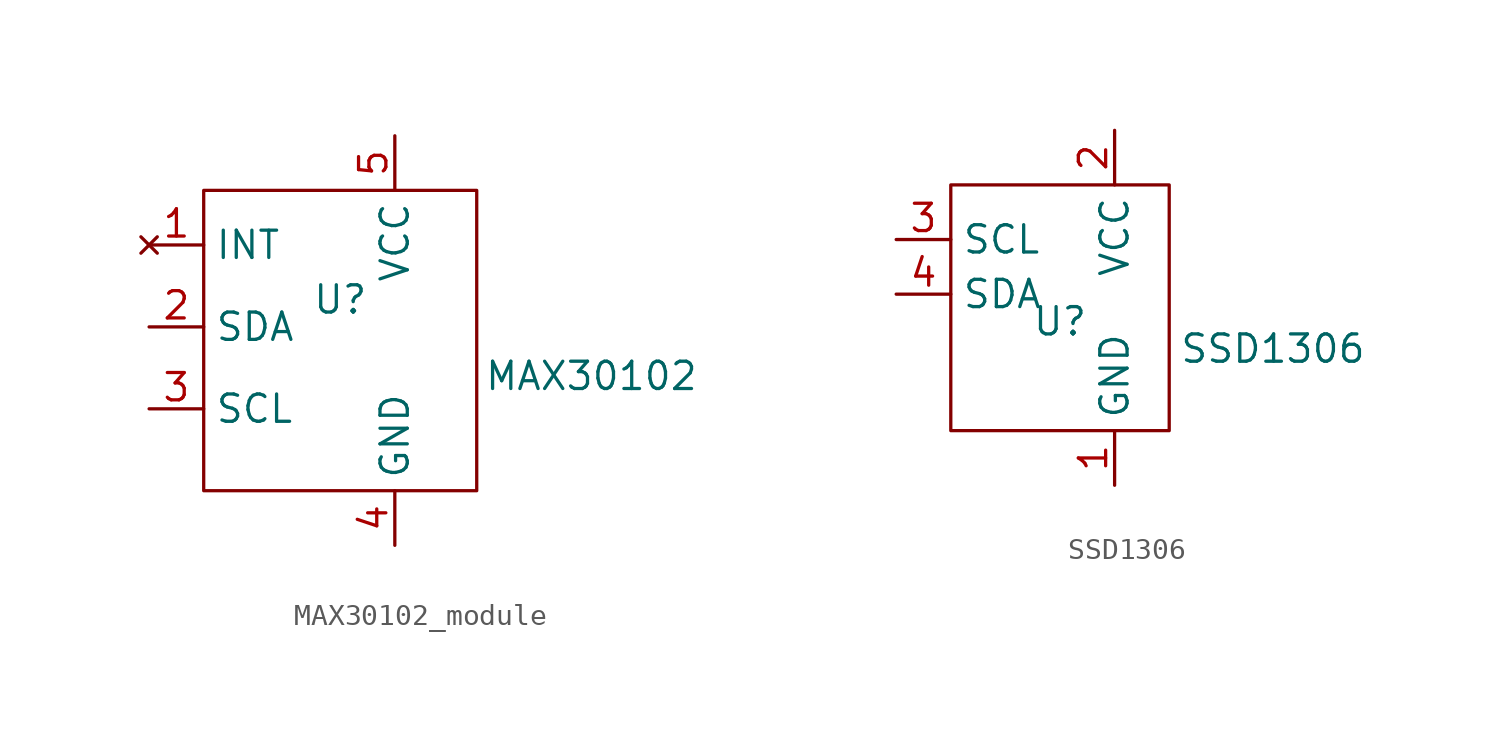
<source format=kicad_sym>
(kicad_symbol_lib
  (version 20241209)
  (generator "kicad_symbol_editor")
  (generator_version "9.0")
  (symbol "MAX30102_module"
    (property "Reference" "U"
      (at 0 0 0)
      (effects (font (size 1.27 1.27))))
    (property "Value" "MAX30102"
      (at 11.684 -3.556 0)
      (effects (font (size 1.27 1.27))))
    (symbol "MAX30102_module_0_1"
      (rectangle (start -6.35 5.08) (end 6.35 -8.89) (stroke (width 0) (type default)) (fill (type none))))
    (symbol "MAX30102_module_1_1"
      (pin no_connect line (at -8.89 2.54 0) (length 2.54) (name "INT" (effects (font (size 1.27 1.27)))) (number "1" (effects (font (size 1.27 1.27)))))
      (pin bidirectional line (at -8.89 -1.27 0) (length 2.54) (name "SDA" (effects (font (size 1.27 1.27)))) (number "2" (effects (font (size 1.27 1.27)))))
      (pin input line (at -8.89 -5.08 0) (length 2.54) (name "SCL" (effects (font (size 1.27 1.27)))) (number "3" (effects (font (size 1.27 1.27)))))
      (pin power_in line (at 2.54 7.62 270) (length 2.54) (name "VCC" (effects (font (size 1.27 1.27)))) (number "5" (effects (font (size 1.27 1.27)))))
      (pin power_in line (at 2.54 -11.43 90) (length 2.54) (name "GND" (effects (font (size 1.27 1.27)))) (number "4" (effects (font (size 1.27 1.27)))))))
  (symbol "SSD1306"
    (property "Reference" "U"
      (at 0 0 0)
      (effects (font (size 1.27 1.27))))
    (property "Value" "SSD1306"
      (at 9.906 -1.27 0)
      (effects (font (size 1.27 1.27))))
    (symbol "SSD1306_0_1"
      (rectangle (start -5.08 6.35) (end 5.08 -5.08) (stroke (width 0) (type default)) (fill (type none))))
    (symbol "SSD1306_1_1"
      (pin input line (at -7.62 3.81 0) (length 2.54) (name "SCL" (effects (font (size 1.27 1.27)))) (number "3" (effects (font (size 1.27 1.27)))))
      (pin input line (at -7.62 1.27 0) (length 2.54) (name "SDA" (effects (font (size 1.27 1.27)))) (number "4" (effects (font (size 1.27 1.27)))))
      (pin power_in line (at 2.54 8.89 270) (length 2.54) (name "VCC" (effects (font (size 1.27 1.27)))) (number "2" (effects (font (size 1.27 1.27)))))
      (pin power_in line (at 2.54 -7.62 90) (length 2.54) (name "GND" (effects (font (size 1.27 1.27)))) (number "1" (effects (font (size 1.27 1.27))))))))
</source>
